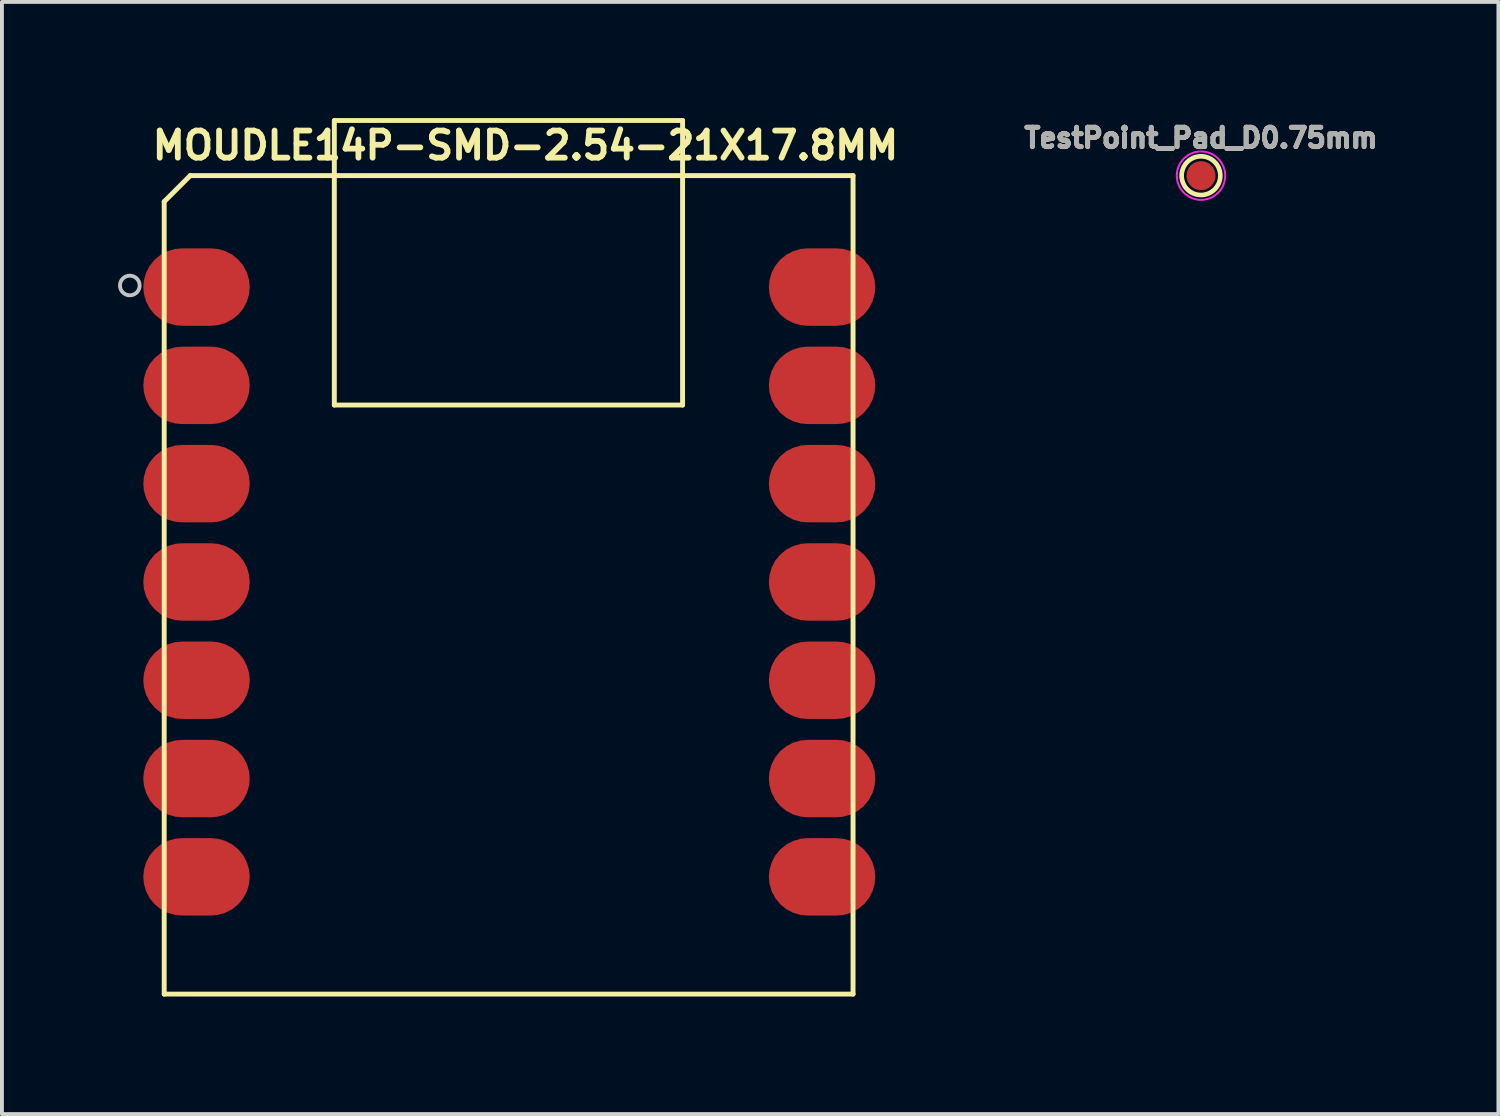
<source format=kicad_pcb>
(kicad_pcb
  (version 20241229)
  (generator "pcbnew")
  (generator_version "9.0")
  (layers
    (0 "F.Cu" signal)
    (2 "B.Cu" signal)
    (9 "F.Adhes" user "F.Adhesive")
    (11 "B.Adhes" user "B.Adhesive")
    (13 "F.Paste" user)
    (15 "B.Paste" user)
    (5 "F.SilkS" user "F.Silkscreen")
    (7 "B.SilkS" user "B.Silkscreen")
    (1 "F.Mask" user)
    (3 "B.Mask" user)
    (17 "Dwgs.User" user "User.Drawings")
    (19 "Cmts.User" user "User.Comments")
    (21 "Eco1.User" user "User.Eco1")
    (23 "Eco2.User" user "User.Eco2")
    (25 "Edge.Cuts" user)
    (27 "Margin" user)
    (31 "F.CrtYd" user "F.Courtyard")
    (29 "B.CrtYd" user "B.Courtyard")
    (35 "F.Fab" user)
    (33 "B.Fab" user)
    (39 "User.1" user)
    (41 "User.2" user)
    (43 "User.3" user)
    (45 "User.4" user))
  (footprint "MOUDLE14P-SMD-2.54-21X17.8MM"
    (layer "F.Cu")
    (at 1.193 22.488)
    (property "Reference" "MOUDLE14P-SMD-2.54-21X17.8MM" (at 9.335 -21.78 0) (layer "F.SilkS") (effects (font (size 0.7 0.7) (thickness 0.15))))
    (attr through_hole)
    (fp_line (start 0 -20.328) (end 0 0.15) (stroke (width 0.127) (type solid)) (layer "F.SilkS"))
    (fp_line (start 0 0.15) (end 17.8 0.15) (stroke (width 0.127) (type solid)) (layer "F.SilkS"))
    (fp_line (start 0.672 -21) (end 0 -20.328) (stroke (width 0.127) (type solid)) (layer "F.SilkS"))
    (fp_line (start 4.396 -15.072) (end 4.396 -22.425) (stroke (width 0.127) (type solid)) (layer "F.SilkS"))
    (fp_line (start 4.4 -22.424) (end 13.395 -22.424) (stroke (width 0.127) (type solid)) (layer "F.SilkS"))
    (fp_line (start 13.395 -22.424) (end 13.395 -15.072) (stroke (width 0.127) (type solid)) (layer "F.SilkS"))
    (fp_line (start 13.395 -15.072) (end 4.396 -15.072) (stroke (width 0.127) (type solid)) (layer "F.SilkS"))
    (fp_line (start 17.8 -21) (end 0.672 -21) (stroke (width 0.127) (type solid)) (layer "F.SilkS"))
    (fp_line (start 17.8 0.15) (end 17.8 -21) (stroke (width 0.127) (type solid)) (layer "F.SilkS"))
    (fp_circle (center -0.889 -18.161) (end -0.635 -18.161) (stroke (width 0.1) (type solid)) (fill no) (layer "Dwgs.User"))
    (pad "1" smd roundrect (at 0.835 -18.12) (size 2.75 2) (layers "F.Cu" "F.Mask" "F.Paste") (roundrect_rratio 0.5))
    (pad "2" smd roundrect (at 0.835 -15.58) (size 2.75 2) (layers "F.Cu" "F.Mask" "F.Paste") (roundrect_rratio 0.5))
    (pad "3" smd roundrect (at 0.835 -13.04) (size 2.75 2) (layers "F.Cu" "F.Mask" "F.Paste") (roundrect_rratio 0.5))
    (pad "4" smd roundrect (at 0.835 -10.5) (size 2.75 2) (layers "F.Cu" "F.Mask" "F.Paste") (roundrect_rratio 0.5))
    (pad "5" smd roundrect (at 0.835 -7.96) (size 2.75 2) (layers "F.Cu" "F.Mask" "F.Paste") (roundrect_rratio 0.5))
    (pad "6" smd roundrect (at 0.835 -5.42) (size 2.75 2) (layers "F.Cu" "F.Mask" "F.Paste") (roundrect_rratio 0.5))
    (pad "7" smd roundrect (at 0.835 -2.88) (size 2.75 2) (layers "F.Cu" "F.Mask" "F.Paste") (roundrect_rratio 0.5))
    (pad "8" smd roundrect (at 17 -2.88) (size 2.75 2) (layers "F.Cu" "F.Mask" "F.Paste") (roundrect_rratio 0.5))
    (pad "9" smd roundrect (at 17 -5.42) (size 2.75 2) (layers "F.Cu" "F.Mask" "F.Paste") (roundrect_rratio 0.5))
    (pad "10" smd roundrect (at 17 -7.96) (size 2.75 2) (layers "F.Cu" "F.Mask" "F.Paste") (roundrect_rratio 0.5))
    (pad "11" smd roundrect (at 17 -10.5) (size 2.75 2) (layers "F.Cu" "F.Mask" "F.Paste") (roundrect_rratio 0.5))
    (pad "12" smd roundrect (at 17 -13.04) (size 2.75 2) (layers "F.Cu" "F.Mask" "F.Paste") (roundrect_rratio 0.5))
    (pad "13" smd roundrect (at 17 -15.58) (size 2.75 2) (layers "F.Cu" "F.Mask" "F.Paste") (roundrect_rratio 0.5))
    (pad "14" smd roundrect (at 17 -18.12) (size 2.75 2) (layers "F.Cu" "F.Mask" "F.Paste") (roundrect_rratio 0.5))
    (zone (net_name "") (layer "F.Cu") (hatch full 0.508) (connect_pads) (min_thickness 0.01) (filled_areas_thickness no) (keepout (tracks not_allowed) (vias not_allowed) (pads not_allowed) (copperpour not_allowed) (footprints allowed)) (placement (enabled no)) (fill) (polygon (pts (xy 4.178 8.952) (xy 7.098 8.952) (xy 7.098 12.857) (xy 4.178 12.857))))
    (zone (net_name "") (layer "F.Cu") (hatch full 0.508) (connect_pads) (min_thickness 0.01) (filled_areas_thickness no) (keepout (tracks not_allowed) (vias not_allowed) (pads not_allowed) (copperpour not_allowed) (footprints allowed)) (placement (enabled no)) (fill) (polygon (pts (xy 4.876 1.407) (xy 6.654 1.407) (xy 6.654 4.074) (xy 4.876 4.074))))
    (zone (net_name "") (layer "F.Cu") (hatch full 0.508) (connect_pads) (min_thickness 0.01) (filled_areas_thickness no) (keepout (tracks not_allowed) (vias not_allowed) (pads not_allowed) (copperpour not_allowed) (footprints allowed)) (placement (enabled no)) (fill) (polygon (pts (xy 4.876 5.471) (xy 6.654 5.471) (xy 6.654 8.137) (xy 4.876 8.137))))
    (zone (net_name "") (layer "F.Cu") (hatch full 0.508) (connect_pads) (min_thickness 0.01) (filled_areas_thickness no) (keepout (tracks not_allowed) (vias not_allowed) (pads not_allowed) (copperpour not_allowed) (footprints allowed)) (placement (enabled no)) (fill) (polygon (pts (xy 7.543 2.168) (xy 12.75 2.168) (xy 12.75 12.326) (xy 7.543 12.326))))
    (zone (net_name "") (layer "F.Cu") (hatch full 0.508) (connect_pads) (min_thickness 0.01) (filled_areas_thickness no) (keepout (tracks not_allowed) (vias not_allowed) (pads not_allowed) (copperpour not_allowed) (footprints allowed)) (placement (enabled no)) (fill) (polygon (pts (xy 9.185 12.329) (xy 13.249 12.329) (xy 13.249 15.938) (xy 9.185 15.938))))
    (zone (net_name "") (layer "F.Cu") (hatch full 0.508) (connect_pads) (min_thickness 0.01) (filled_areas_thickness no) (keepout (tracks not_allowed) (vias not_allowed) (pads not_allowed) (copperpour not_allowed) (footprints allowed)) (placement (enabled no)) (fill) (polygon (pts (xy 13.512 1.407) (xy 15.29 1.407) (xy 15.29 4.074) (xy 13.512 4.074))))
    (zone (net_name "") (layer "F.Cu") (hatch full 0.508) (connect_pads) (min_thickness 0.01) (filled_areas_thickness no) (keepout (tracks not_allowed) (vias not_allowed) (pads not_allowed) (copperpour not_allowed) (footprints allowed)) (placement (enabled no)) (fill) (polygon (pts (xy 13.512 5.471) (xy 15.29 5.471) (xy 15.29 8.137) (xy 13.512 8.137)))))
  (footprint "TestPoint_Pad_D0.75mm"
    (layer "F.Cu")
    (at 27.984 1.489)
    (property "Reference" "TestPoint_Pad_D0.75mm" (at 0 -0.975 0) (layer "F.SilkS") (effects (font (size 0.5 0.5) (thickness 0.125))))
    (attr exclude_from_pos_files)
    (fp_circle (center 0 0) (end 0.5 0) (stroke (width 0.12) (type solid)) (fill no) (layer "F.SilkS"))
    (fp_circle (center 0 0) (end 0.625 0.025) (stroke (width 0.05) (type solid)) (fill no) (layer "F.CrtYd"))
    (fp_text user "${REFERENCE}" (at 0 -0.977 0) (layer "F.Fab") (effects (font (size 0.5 0.5) (thickness 0.125))))
    (pad "1" smd circle (at 0 0) (size 0.75 0.75) (layers "F.Cu" "F.Mask")))
  (gr_rect
    (start -3 -3)
    (end 35.669 25.738)
    (stroke (width 0.1) (type default))
    (fill no)
    (layer "Edge.Cuts")))
</source>
